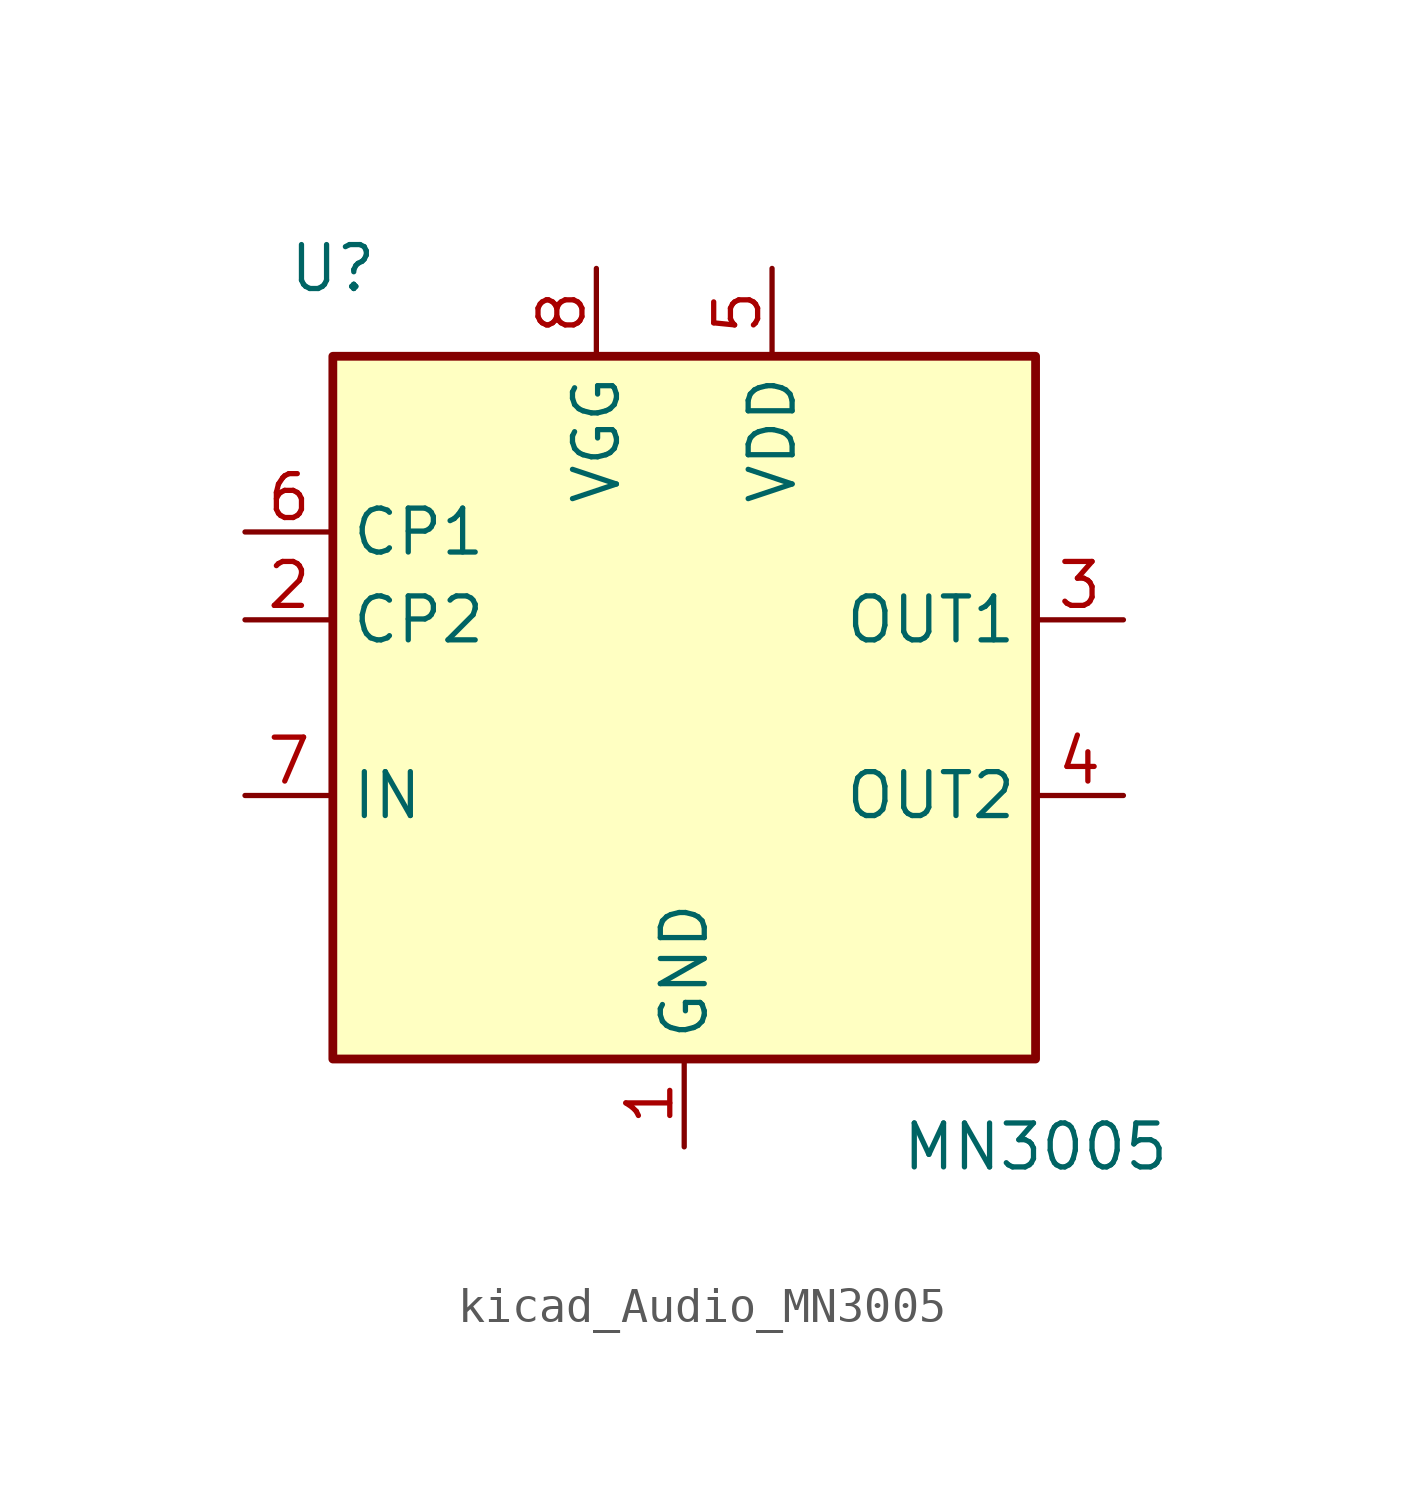
<source format=kicad_sym>
(kicad_symbol_lib
  (version 20220914)
  (generator kicad_symbol_editor)
  (symbol "kicad_Audio_MN3005"
    (property "Reference" "U"
      (at -10.16 12.7 0)
      (effects (font (size 1.27 1.27))))
    (property "Value" "MN3005"
      (at 10.16 -12.7 0)
      (effects (font (size 1.27 1.27))))
    (symbol "kicad_Audio_MN3005_0_1"
      (rectangle (start -10.16 10.16) (end 10.16 -10.16) (stroke (width 0.254) (type default)) (fill (type background))))
    (symbol "kicad_Audio_MN3005_1_1"
      (pin power_in line (at 0 -12.7 90) (length 2.54) (name "GND" (effects (font (size 1.27 1.27)))) (number "1" (effects (font (size 1.27 1.27)))))
      (pin input line (at -12.7 2.54 0) (length 2.54) (name "CP2" (effects (font (size 1.27 1.27)))) (number "2" (effects (font (size 1.27 1.27)))))
      (pin output line (at 12.7 2.54 180) (length 2.54) (name "OUT1" (effects (font (size 1.27 1.27)))) (number "3" (effects (font (size 1.27 1.27)))))
      (pin output line (at 12.7 -2.54 180) (length 2.54) (name "OUT2" (effects (font (size 1.27 1.27)))) (number "4" (effects (font (size 1.27 1.27)))))
      (pin power_in line (at 2.54 12.7 270) (length 2.54) (name "VDD" (effects (font (size 1.27 1.27)))) (number "5" (effects (font (size 1.27 1.27)))))
      (pin input line (at -12.7 5.08 0) (length 2.54) (name "CP1" (effects (font (size 1.27 1.27)))) (number "6" (effects (font (size 1.27 1.27)))))
      (pin input line (at -12.7 -2.54 0) (length 2.54) (name "IN" (effects (font (size 1.27 1.27)))) (number "7" (effects (font (size 1.27 1.27)))))
      (pin power_in line (at -2.54 12.7 270) (length 2.54) (name "VGG" (effects (font (size 1.27 1.27)))) (number "8" (effects (font (size 1.27 1.27))))))))
</source>
